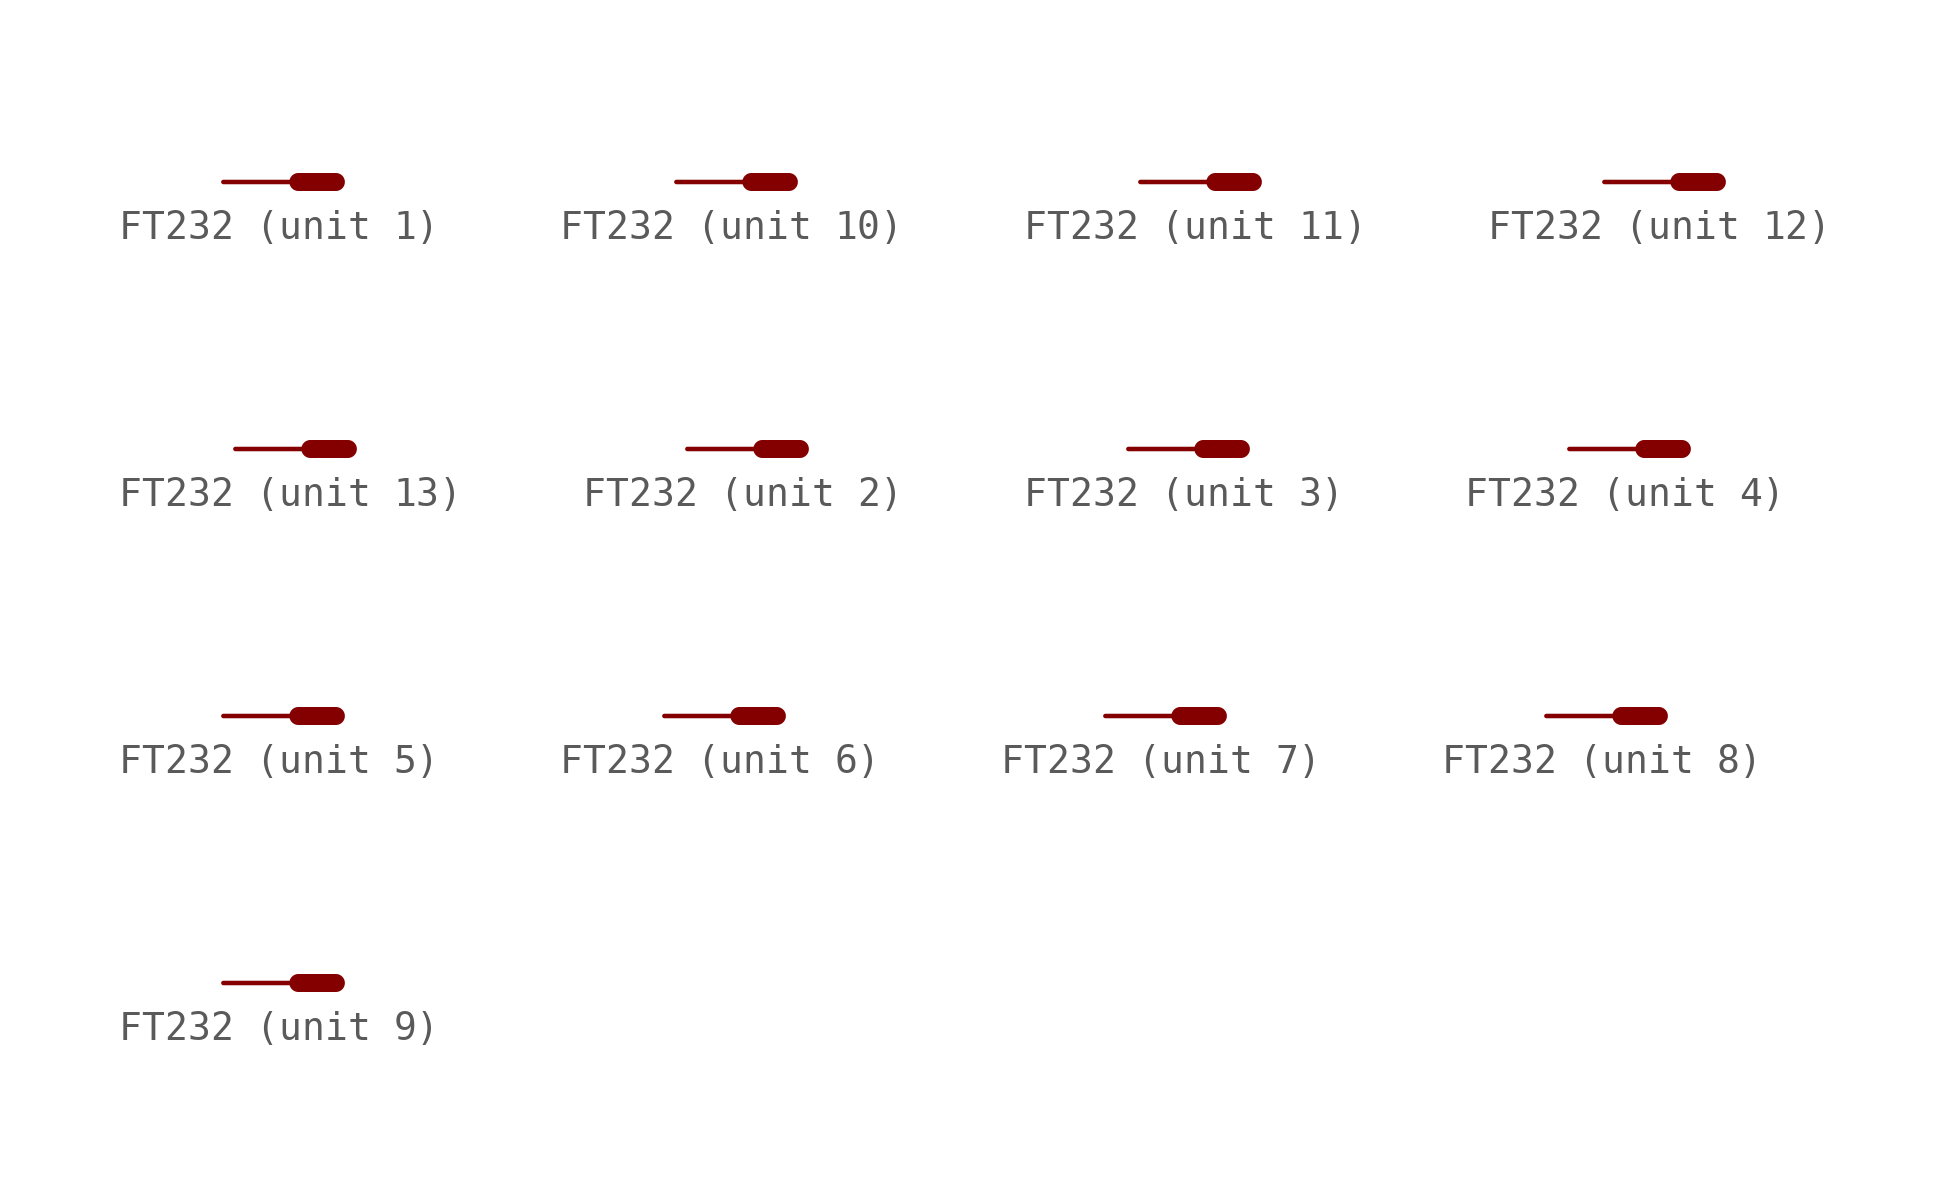
<source format=kicad_sym>
(kicad_symbol_lib
  (version 20220914)
  (generator kicad_symbol_editor)
  (symbol "FT232"
    (property "Reference" ""
      (at 2.54 -0.762 0)
      (effects (font (size 1.524 1.295)) (justify left bottom) hide))
    (property "Value" ""
      (at -0.762 1.397 0)
      (effects (font (size 1.778 1.511)) (justify left bottom)))
    (property "ki_locked" ""
      (at 0 0 0)
      (effects (font (size 1.27 1.27))))
    (symbol "FT232_1_0"
      (polyline (pts (xy 1.27 0) (xy 0 0)) (stroke (width 0.61) (type solid)) (fill (type none)))
      (pin passive line (at -2.54 0 0) (length 2.54) (name "S" (effects (font (size 0 0)))) (number "1" (effects (font (size 0 0))))))
    (symbol "FT232_2_0"
      (polyline (pts (xy 1.27 0) (xy 0 0)) (stroke (width 0.61) (type solid)) (fill (type none)))
      (pin passive line (at -2.54 0 0) (length 2.54) (name "S" (effects (font (size 0 0)))) (number "2" (effects (font (size 0 0))))))
    (symbol "FT232_3_0"
      (polyline (pts (xy 1.27 0) (xy 0 0)) (stroke (width 0.61) (type solid)) (fill (type none)))
      (pin passive line (at -2.54 0 0) (length 2.54) (name "S" (effects (font (size 0 0)))) (number "3" (effects (font (size 0 0))))))
    (symbol "FT232_4_0"
      (polyline (pts (xy 1.27 0) (xy 0 0)) (stroke (width 0.61) (type solid)) (fill (type none)))
      (pin passive line (at -2.54 0 0) (length 2.54) (name "S" (effects (font (size 0 0)))) (number "4" (effects (font (size 0 0))))))
    (symbol "FT232_5_0"
      (polyline (pts (xy 1.27 0) (xy 0 0)) (stroke (width 0.61) (type solid)) (fill (type none)))
      (pin passive line (at -2.54 0 0) (length 2.54) (name "S" (effects (font (size 0 0)))) (number "5" (effects (font (size 0 0))))))
    (symbol "FT232_6_0"
      (polyline (pts (xy 1.27 0) (xy 0 0)) (stroke (width 0.61) (type solid)) (fill (type none)))
      (pin passive line (at -2.54 0 0) (length 2.54) (name "S" (effects (font (size 0 0)))) (number "6" (effects (font (size 0 0))))))
    (symbol "FT232_7_0"
      (polyline (pts (xy 1.27 0) (xy 0 0)) (stroke (width 0.61) (type solid)) (fill (type none)))
      (pin passive line (at -2.54 0 0) (length 2.54) (name "S" (effects (font (size 0 0)))) (number "7" (effects (font (size 0 0))))))
    (symbol "FT232_8_0"
      (polyline (pts (xy 1.27 0) (xy 0 0)) (stroke (width 0.61) (type solid)) (fill (type none)))
      (pin passive line (at -2.54 0 0) (length 2.54) (name "S" (effects (font (size 0 0)))) (number "8" (effects (font (size 0 0))))))
    (symbol "FT232_9_0"
      (polyline (pts (xy 1.27 0) (xy 0 0)) (stroke (width 0.61) (type solid)) (fill (type none)))
      (pin passive line (at -2.54 0 0) (length 2.54) (name "S" (effects (font (size 0 0)))) (number "9" (effects (font (size 0 0))))))
    (symbol "FT232_10_0"
      (polyline (pts (xy 1.27 0) (xy 0 0)) (stroke (width 0.61) (type solid)) (fill (type none)))
      (pin passive line (at -2.54 0 0) (length 2.54) (name "S" (effects (font (size 0 0)))) (number "10" (effects (font (size 0 0))))))
    (symbol "FT232_11_0"
      (polyline (pts (xy 1.27 0) (xy 0 0)) (stroke (width 0.61) (type solid)) (fill (type none)))
      (pin passive line (at -2.54 0 0) (length 2.54) (name "S" (effects (font (size 0 0)))) (number "11" (effects (font (size 0 0))))))
    (symbol "FT232_12_0"
      (polyline (pts (xy 1.27 0) (xy 0 0)) (stroke (width 0.61) (type solid)) (fill (type none)))
      (pin passive line (at -2.54 0 0) (length 2.54) (name "S" (effects (font (size 0 0)))) (number "12" (effects (font (size 0 0))))))
    (symbol "FT232_13_0"
      (polyline (pts (xy 1.27 0) (xy 0 0)) (stroke (width 0.61) (type solid)) (fill (type none)))
      (pin passive line (at -2.54 0 0) (length 2.54) (name "S" (effects (font (size 0 0)))) (number "13" (effects (font (size 0 0))))))))
</source>
